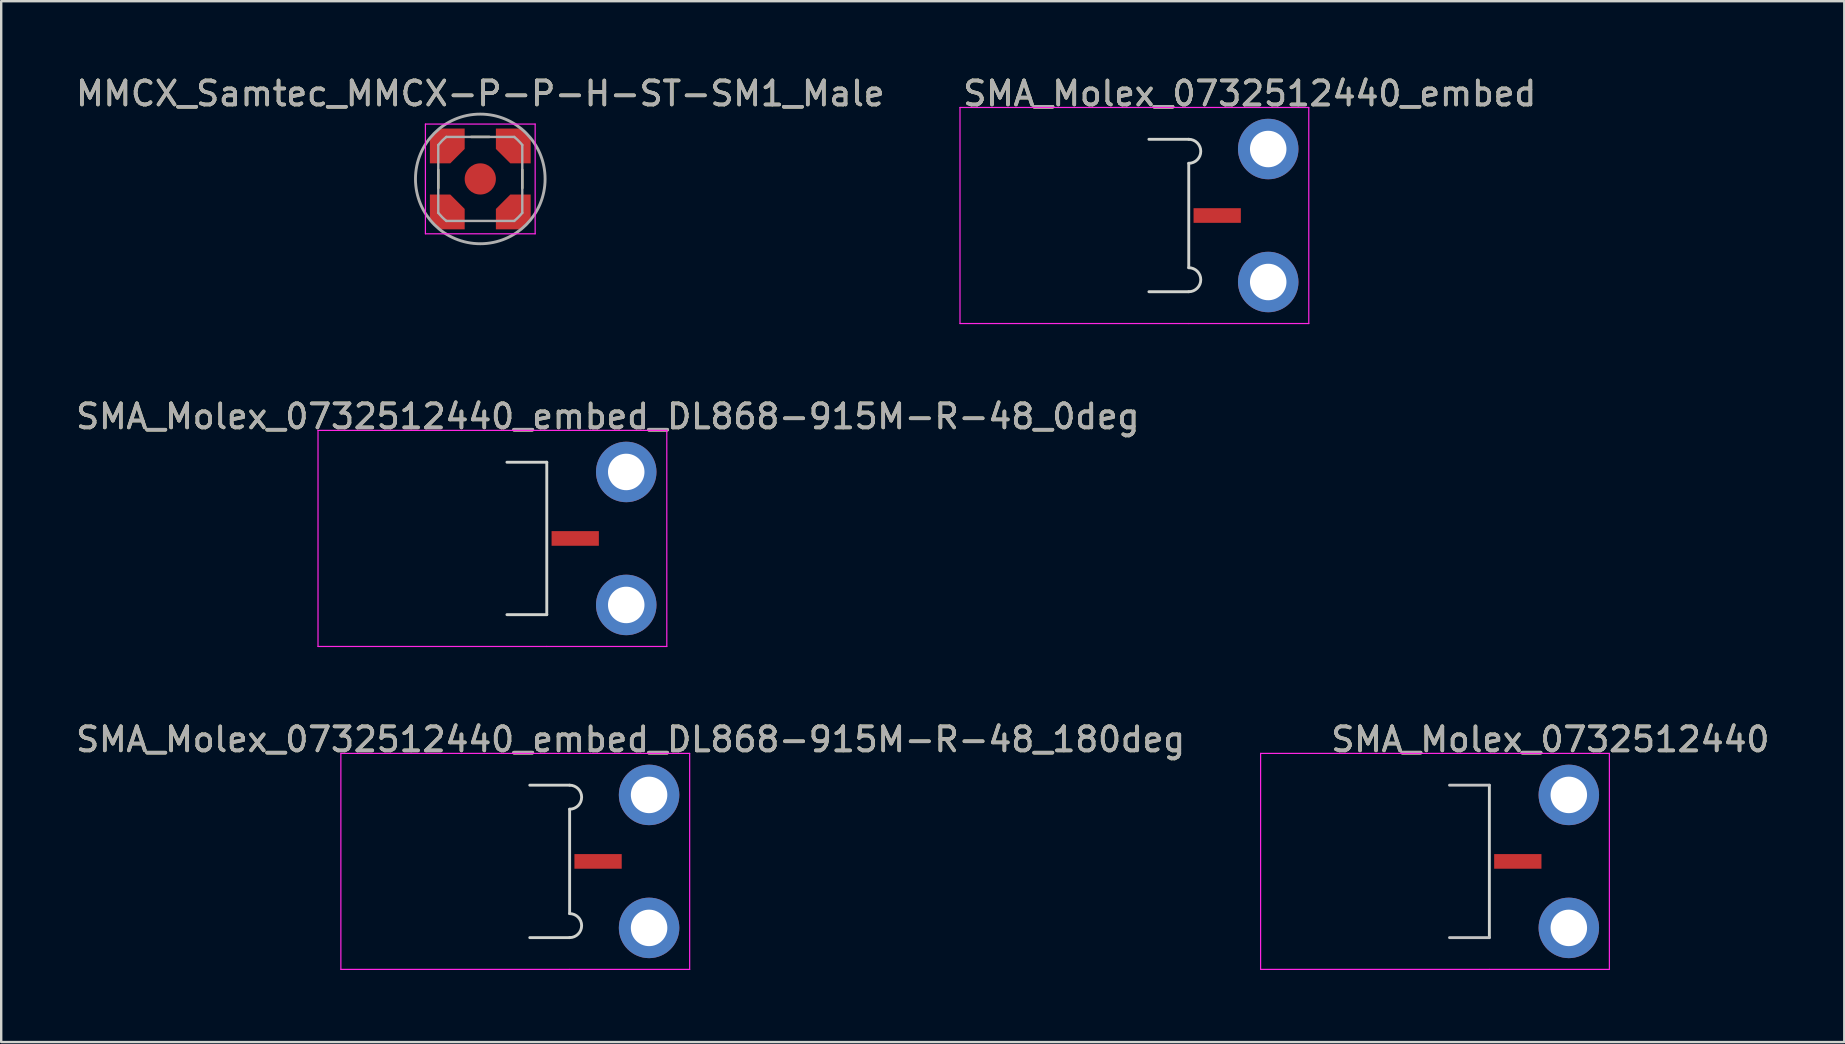
<source format=kicad_pcb>
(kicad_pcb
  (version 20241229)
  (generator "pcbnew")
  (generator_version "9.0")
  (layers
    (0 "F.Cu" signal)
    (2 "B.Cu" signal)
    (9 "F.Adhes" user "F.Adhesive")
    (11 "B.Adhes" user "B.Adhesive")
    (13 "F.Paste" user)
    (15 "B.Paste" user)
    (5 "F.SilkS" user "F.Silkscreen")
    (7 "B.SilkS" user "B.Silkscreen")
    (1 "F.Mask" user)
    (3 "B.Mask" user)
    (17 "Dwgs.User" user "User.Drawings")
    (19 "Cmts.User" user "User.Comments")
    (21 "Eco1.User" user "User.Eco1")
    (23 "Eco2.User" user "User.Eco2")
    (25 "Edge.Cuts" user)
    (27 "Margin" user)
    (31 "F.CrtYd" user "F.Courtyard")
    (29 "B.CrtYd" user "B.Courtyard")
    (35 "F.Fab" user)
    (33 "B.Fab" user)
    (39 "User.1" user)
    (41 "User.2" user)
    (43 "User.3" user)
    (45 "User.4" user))
  (footprint "SMA_Molex_0732512440_embed"
    (layer "F.Cu")
    (at 44.812 5.928)
    (property "Reference" "SMA_Molex_0732512440_embed" (at 4.2 -5.08 0) (unlocked yes) (layer "F.SilkS") (effects (font (size 1 1) (thickness 0.15))))
    (attr through_hole)
    (fp_line (start 1.66 -3.175) (end 0 -3.175) (stroke (width 0.12) (type solid)) (layer "Edge.Cuts"))
    (fp_line (start 1.66 2.175) (end 1.66 -2.175) (stroke (width 0.12) (type solid)) (layer "Edge.Cuts"))
    (fp_line (start 1.66 3.175) (end 0 3.175) (stroke (width 0.12) (type solid)) (layer "Edge.Cuts"))
    (fp_arc (start 1.66 -3.175) (mid 2.16 -2.675) (end 1.66 -2.175) (stroke (width 0.12) (type solid)) (layer "Edge.Cuts"))
    (fp_arc (start 1.66 2.175) (mid 2.16 2.675) (end 1.66 3.175) (stroke (width 0.12) (type solid)) (layer "Edge.Cuts"))
    (fp_line (start -7.87 -4.5) (end -7.87 4.5) (stroke (width 0.05) (type solid)) (layer "F.CrtYd"))
    (fp_line (start 1.66 -4.5) (end -7.87 -4.5) (stroke (width 0.05) (type solid)) (layer "F.CrtYd"))
    (fp_line (start 1.66 4.5) (end -7.87 4.5) (stroke (width 0.05) (type solid)) (layer "F.CrtYd"))
    (fp_line (start 6.66 -4.5) (end 1.66 -4.5) (stroke (width 0.05) (type solid)) (layer "F.CrtYd"))
    (fp_line (start 6.66 -4.5) (end 6.66 4.5) (stroke (width 0.05) (type solid)) (layer "F.CrtYd"))
    (fp_line (start 6.66 4.5) (end 1.66 4.5) (stroke (width 0.05) (type solid)) (layer "F.CrtYd"))
    (fp_text user "${REFERENCE}" (at 4.2 -5.08 0) (unlocked yes) (layer "F.Fab") (effects (font (size 1 1) (thickness 0.15))))
    (pad "1" smd rect (at 2.845 0) (size 1.97 0.61) (layers "F.Cu" "F.Mask" "F.Paste"))
    (pad "2" thru_hole circle (at 4.97 -2.77) (size 2.52 2.52) (drill 1.52) (layers "*.Cu" "*.Mask"))
    (pad "2" thru_hole circle (at 4.97 2.77) (size 2.52 2.52) (drill 1.52) (layers "*.Cu" "*.Mask")))
  (footprint "SMA_Molex_0732512440"
    (layer "F.Cu")
    (at 58.995 32.835)
    (property "Reference" "SMA_Molex_0732512440" (at 2.54 -5.08 0) (unlocked yes) (layer "F.SilkS") (effects (font (size 1 1) (thickness 0.15))))
    (attr through_hole)
    (fp_line (start 0 -3.175) (end -1.66 -3.175) (stroke (width 0.12) (type solid)) (layer "Dwgs.User"))
    (fp_line (start 0 3.175) (end -1.66 3.175) (stroke (width 0.12) (type solid)) (layer "Dwgs.User"))
    (fp_line (start 0 3.175) (end 0 -3.175) (stroke (width 0.12) (type solid)) (layer "Edge.Cuts"))
    (fp_line (start -9.53 -4.5) (end -9.53 4.5) (stroke (width 0.05) (type solid)) (layer "F.CrtYd"))
    (fp_line (start 0 -4.5) (end -9.53 -4.5) (stroke (width 0.05) (type solid)) (layer "F.CrtYd"))
    (fp_line (start 0 4.5) (end -9.53 4.5) (stroke (width 0.05) (type solid)) (layer "F.CrtYd"))
    (fp_line (start 5 -4.5) (end 0 -4.5) (stroke (width 0.05) (type solid)) (layer "F.CrtYd"))
    (fp_line (start 5 -4.5) (end 5 4.5) (stroke (width 0.05) (type solid)) (layer "F.CrtYd"))
    (fp_line (start 5 4.5) (end 0 4.5) (stroke (width 0.05) (type solid)) (layer "F.CrtYd"))
    (fp_text user "${REFERENCE}" (at 2.54 -5.08 0) (unlocked yes) (layer "F.Fab") (effects (font (size 1 1) (thickness 0.15))))
    (pad "1" smd rect (at 1.185 0) (size 1.97 0.61) (layers "F.Cu" "F.Mask" "F.Paste"))
    (pad "2" thru_hole circle (at 3.31 -2.77) (size 2.52 2.52) (drill 1.52) (layers "*.Cu" "*.Mask"))
    (pad "2" thru_hole circle (at 3.31 2.77) (size 2.52 2.52) (drill 1.52) (layers "*.Cu" "*.Mask")))
  (footprint "SMA_Molex_0732512440_embed_DL868-915M-R-48_180deg"
    (layer "F.Cu")
    (at 19.02 32.835)
    (property "Reference" "SMA_Molex_0732512440_embed_DL868-915M-R-48_180deg" (at 4.2 -5.08 0) (unlocked yes) (layer "F.SilkS") (effects (font (size 1 1) (thickness 0.15))))
    (attr through_hole)
    (fp_line (start 1.66 -3.175) (end 0 -3.175) (stroke (width 0.12) (type solid)) (layer "Edge.Cuts"))
    (fp_line (start 1.66 2.175) (end 1.66 -2.175) (stroke (width 0.12) (type solid)) (layer "Edge.Cuts"))
    (fp_line (start 1.66 3.175) (end 0 3.175) (stroke (width 0.12) (type solid)) (layer "Edge.Cuts"))
    (fp_arc (start 1.66 -3.175) (mid 2.16 -2.675) (end 1.66 -2.175) (stroke (width 0.12) (type solid)) (layer "Edge.Cuts"))
    (fp_arc (start 1.66 2.175) (mid 2.16 2.675) (end 1.66 3.175) (stroke (width 0.12) (type solid)) (layer "Edge.Cuts"))
    (fp_line (start -7.87 -4.5) (end -7.87 4.5) (stroke (width 0.05) (type solid)) (layer "F.CrtYd"))
    (fp_line (start 1.66 -4.5) (end -7.87 -4.5) (stroke (width 0.05) (type solid)) (layer "F.CrtYd"))
    (fp_line (start 1.66 4.5) (end -7.87 4.5) (stroke (width 0.05) (type solid)) (layer "F.CrtYd"))
    (fp_line (start 6.66 -4.5) (end 1.66 -4.5) (stroke (width 0.05) (type solid)) (layer "F.CrtYd"))
    (fp_line (start 6.66 -4.5) (end 6.66 4.5) (stroke (width 0.05) (type solid)) (layer "F.CrtYd"))
    (fp_line (start 6.66 4.5) (end 1.66 4.5) (stroke (width 0.05) (type solid)) (layer "F.CrtYd"))
    (fp_text user "${REFERENCE}" (at 4.2 -5.08 0) (unlocked yes) (layer "F.Fab") (effects (font (size 1 1) (thickness 0.15))))
    (pad "1" smd rect (at 2.845 0) (size 1.97 0.61) (layers "F.Cu" "F.Mask" "F.Paste"))
    (pad "2" thru_hole circle (at 4.97 -2.77) (size 2.52 2.52) (drill 1.52) (layers "*.Cu" "*.Mask"))
    (pad "2" thru_hole circle (at 4.97 2.77) (size 2.52 2.52) (drill 1.52) (layers "*.Cu" "*.Mask")))
  (footprint "SMA_Molex_0732512440_embed_DL868-915M-R-48_0deg"
    (layer "F.Cu")
    (at 18.068 19.381)
    (property "Reference" "SMA_Molex_0732512440_embed_DL868-915M-R-48_0deg" (at 4.2 -5.08 0) (unlocked yes) (layer "F.SilkS") (effects (font (size 1 1) (thickness 0.15))))
    (attr through_hole)
    (fp_line (start 1.66 -3.175) (end 0 -3.175) (stroke (width 0.12) (type solid)) (layer "Edge.Cuts"))
    (fp_line (start 1.66 3.175) (end 0 3.175) (stroke (width 0.12) (type solid)) (layer "Edge.Cuts"))
    (fp_line (start 1.66 3.175) (end 1.66 -3.175) (stroke (width 0.12) (type solid)) (layer "Edge.Cuts"))
    (fp_line (start -7.87 -4.5) (end -7.87 4.5) (stroke (width 0.05) (type solid)) (layer "F.CrtYd"))
    (fp_line (start 1.66 -4.5) (end -7.87 -4.5) (stroke (width 0.05) (type solid)) (layer "F.CrtYd"))
    (fp_line (start 1.66 4.5) (end -7.87 4.5) (stroke (width 0.05) (type solid)) (layer "F.CrtYd"))
    (fp_line (start 6.66 -4.5) (end 1.66 -4.5) (stroke (width 0.05) (type solid)) (layer "F.CrtYd"))
    (fp_line (start 6.66 -4.5) (end 6.66 4.5) (stroke (width 0.05) (type solid)) (layer "F.CrtYd"))
    (fp_line (start 6.66 4.5) (end 1.66 4.5) (stroke (width 0.05) (type solid)) (layer "F.CrtYd"))
    (fp_text user "${REFERENCE}" (at 4.2 -5.08 0) (unlocked yes) (layer "F.Fab") (effects (font (size 1 1) (thickness 0.15))))
    (pad "1" smd rect (at 2.845 0) (size 1.97 0.61) (layers "F.Cu" "F.Mask" "F.Paste"))
    (pad "2" thru_hole circle (at 4.97 -2.77) (size 2.52 2.52) (drill 1.52) (layers "*.Cu" "*.Mask"))
    (pad "2" thru_hole circle (at 4.97 2.77) (size 2.52 2.52) (drill 1.52) (layers "*.Cu" "*.Mask")))
  (footprint "MMCX_Samtec_MMCX-P-P-H-ST-SM1_Male"
    (layer "F.Cu")
    (at 16.958 4.404)
    (property "Reference" "MMCX_Samtec_MMCX-P-P-H-ST-SM1_Male" (at 0 -3.556 0) (layer "F.SilkS") (effects (font (size 1 1) (thickness 0.15))))
    (attr smd)
    (fp_circle (center 0 0) (end 0.445 0) (stroke (width 0) (type solid)) (fill yes) (layer "F.Mask"))
    (fp_line (start -1.75 -0.381) (end -1.75 0.381) (stroke (width 0.1) (type solid)) (layer "F.SilkS"))
    (fp_line (start -0.381 -1.75) (end 0.381 -1.75) (stroke (width 0.1) (type solid)) (layer "F.SilkS"))
    (fp_line (start 1.75 -0.381) (end 1.75 0.381) (stroke (width 0.1) (type solid)) (layer "F.SilkS"))
    (fp_circle (center 0 0) (end 0.445 0) (stroke (width 0) (type solid)) (fill yes) (layer "F.Paste"))
    (fp_line (start -2.286 -2.286) (end 2.286 -2.286) (stroke (width 0.05) (type solid)) (layer "F.CrtYd"))
    (fp_line (start -2.286 2.286) (end -2.286 -2.286) (stroke (width 0.05) (type solid)) (layer "F.CrtYd"))
    (fp_line (start 2.286 -2.286) (end 2.286 2.286) (stroke (width 0.05) (type solid)) (layer "F.CrtYd"))
    (fp_line (start 2.286 2.286) (end -2.286 2.286) (stroke (width 0.05) (type solid)) (layer "F.CrtYd"))
    (fp_line (start -1.75 1.414) (end -1.75 -1.414) (stroke (width 0.1) (type solid)) (layer "F.Fab"))
    (fp_line (start -1.414 -1.75) (end 1.414 -1.75) (stroke (width 0.1) (type solid)) (layer "F.Fab"))
    (fp_line (start 1.414 1.75) (end -1.414 1.75) (stroke (width 0.1) (type solid)) (layer "F.Fab"))
    (fp_line (start 1.75 -1.414) (end 1.75 1.414) (stroke (width 0.1) (type solid)) (layer "F.Fab"))
    (fp_arc (start -1.75 -1.414214) (mid -1.59099 -1.59099) (end -1.414214 -1.75) (stroke (width 0.1) (type solid)) (layer "F.Fab"))
    (fp_arc (start -1.414214 1.75) (mid -1.59099 1.59099) (end -1.75 1.414214) (stroke (width 0.1) (type solid)) (layer "F.Fab"))
    (fp_arc (start 1.414214 -1.75) (mid 1.59099 -1.59099) (end 1.75 -1.414214) (stroke (width 0.1) (type solid)) (layer "F.Fab"))
    (fp_arc (start 1.75 1.414214) (mid 1.59099 1.59099) (end 1.414214 1.75) (stroke (width 0.1) (type solid)) (layer "F.Fab"))
    (fp_circle (center 0 0) (end 2.7 0) (stroke (width 0.12) (type solid)) (fill no) (layer "F.Fab"))
    (fp_text user "${REFERENCE}" (at 0 -3.556 0) (layer "F.Fab") (effects (font (size 1 1) (thickness 0.15))))
    (pad "1" smd circle (at 0 0 90) (size 1.3 1.3) (layers "F.Cu"))
    (pad "2" smd custom (at -1.375 -1.375 180) (size 0.425 0.425) (layers "F.Cu" "F.Mask" "F.Paste") (options (anchor rect)) (primitives (gr_poly (pts (xy -0.725 -0.125) (xy -0.725 0.725) (xy 0.325 0.725) (xy 0.725 0.325) (xy 0.725 -0.725) (xy -0.125 -0.725)) (width 0) (fill yes))))
    (pad "2" smd custom (at -1.375 1.375 270) (size 0.425 0.425) (layers "F.Cu" "F.Mask" "F.Paste") (options (anchor rect)) (primitives (gr_poly (pts (xy -0.725 -0.125) (xy -0.725 0.725) (xy 0.325 0.725) (xy 0.725 0.325) (xy 0.725 -0.725) (xy -0.125 -0.725)) (width 0) (fill yes))))
    (pad "2" smd custom (at 1.375 -1.375 90) (size 0.425 0.425) (layers "F.Cu" "F.Mask" "F.Paste") (options (anchor rect)) (primitives (gr_poly (pts (xy -0.725 -0.125) (xy -0.725 0.725) (xy 0.325 0.725) (xy 0.725 0.325) (xy 0.725 -0.725) (xy -0.125 -0.725)) (width 0) (fill yes))))
    (pad "2" smd custom (at 1.375 1.375) (size 0.425 0.425) (layers "F.Cu" "F.Mask" "F.Paste") (options (anchor rect)) (primitives (gr_poly (pts (xy -0.725 -0.125) (xy -0.725 0.725) (xy 0.325 0.725) (xy 0.725 0.325) (xy 0.725 -0.725) (xy -0.125 -0.725)) (width 0) (fill yes))))
    (zone (net_name "") (layers "F.Cu" "Cmts.User") (hatch edge 0.508) (connect_pads) (min_thickness 0.254) (filled_areas_thickness no) (keepout (tracks allowed) (vias allowed) (pads allowed) (copperpour not_allowed) (footprints allowed)) (placement (enabled no)) (fill) (polygon (pts (xy 18.313 4.404) (xy 18.293 4.169) (xy 18.232 3.941) (xy 18.132 3.727) (xy 17.996 3.533) (xy 17.829 3.366) (xy 17.636 3.231) (xy 17.422 3.131) (xy 17.194 3.07) (xy 16.958 3.049) (xy 16.723 3.07) (xy 16.495 3.131) (xy 16.281 3.231) (xy 16.087 3.366) (xy 15.92 3.533) (xy 15.785 3.727) (xy 15.685 3.941) (xy 15.624 4.169) (xy 15.603 4.404) (xy 15.624 4.64) (xy 15.685 4.868) (xy 15.785 5.082) (xy 15.92 5.275) (xy 16.087 5.442) (xy 16.281 5.578) (xy 16.495 5.678) (xy 16.723 5.739) (xy 16.958 5.759) (xy 17.194 5.739) (xy 17.422 5.678) (xy 17.636 5.578) (xy 17.829 5.442) (xy 17.996 5.275) (xy 18.132 5.082) (xy 18.232 4.868) (xy 18.293 4.64)))))
  (gr_rect
    (start -3 -3)
    (end 73.78 40.36)
    (stroke (width 0.1) (type default))
    (fill no)
    (layer "Edge.Cuts")))
</source>
